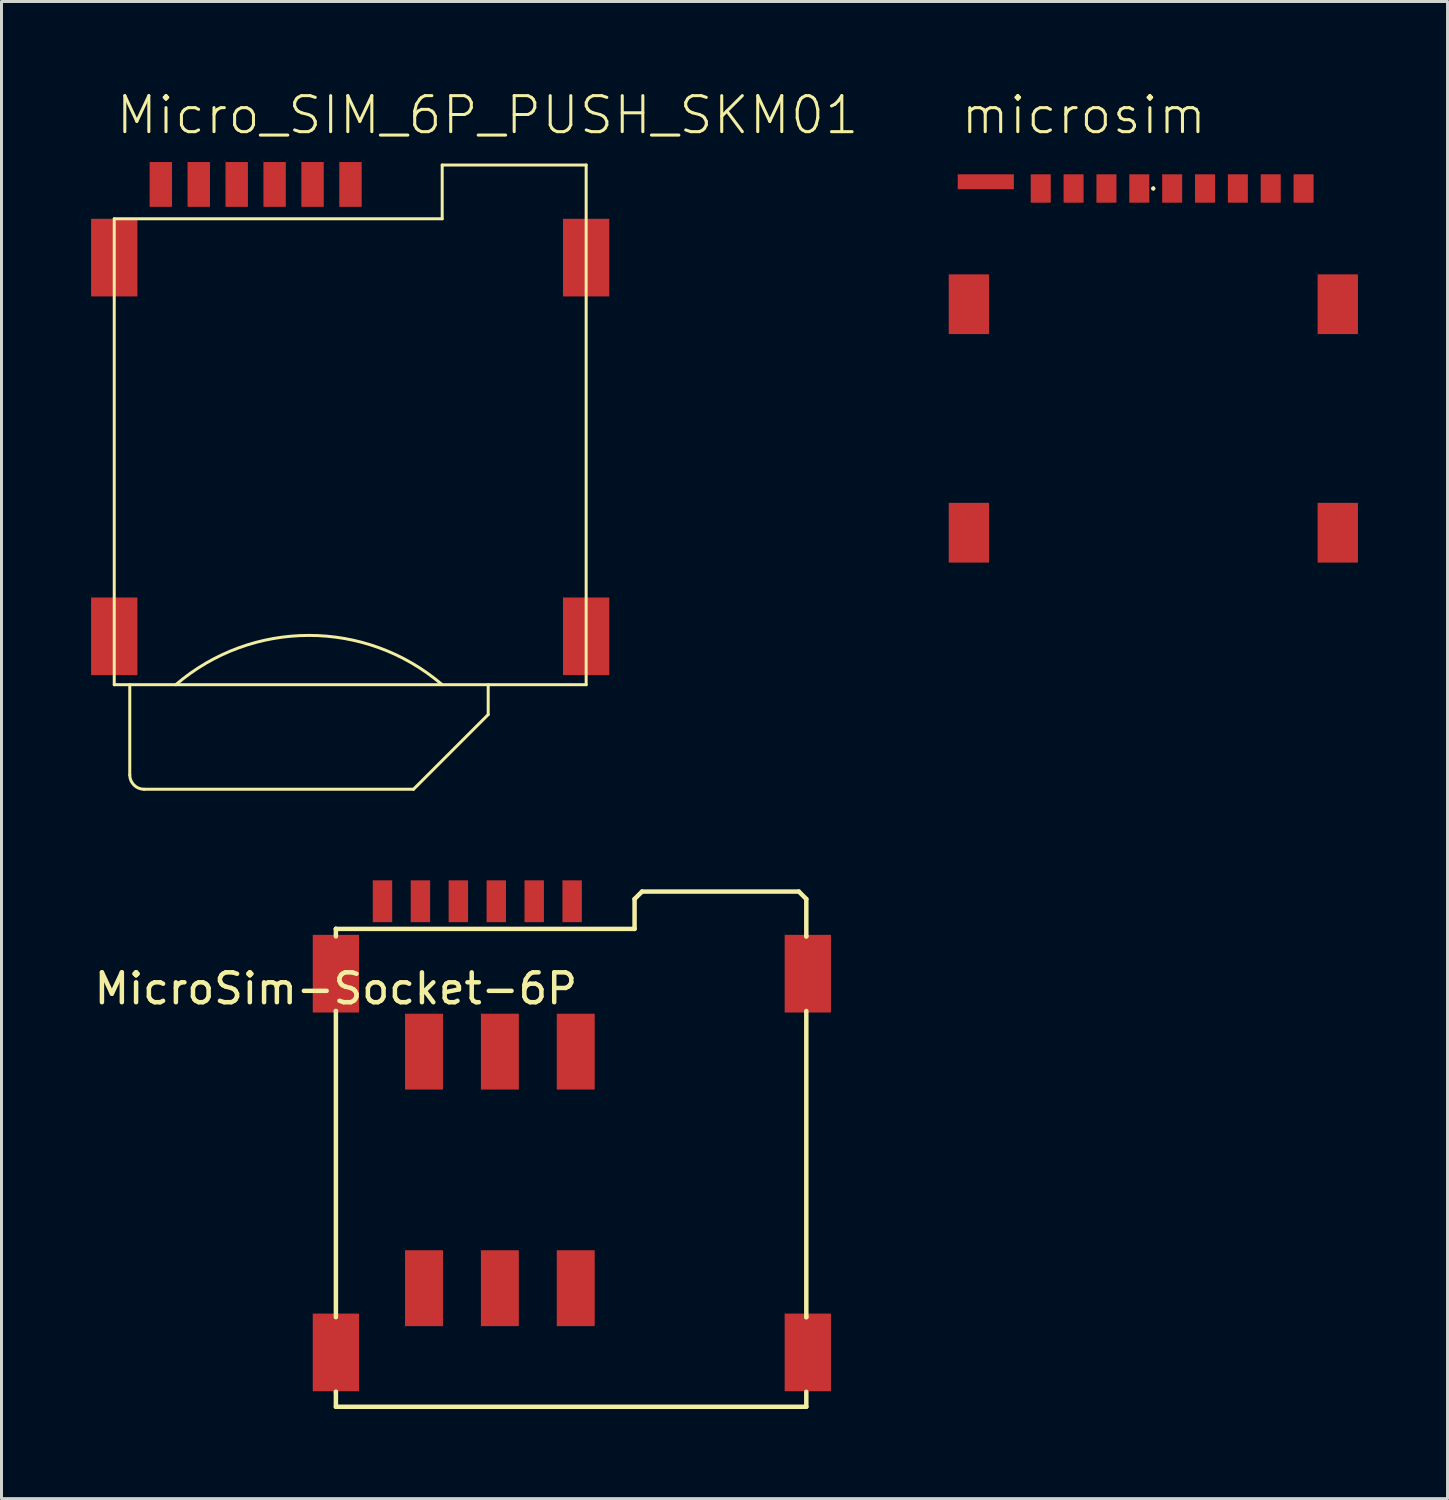
<source format=kicad_pcb>
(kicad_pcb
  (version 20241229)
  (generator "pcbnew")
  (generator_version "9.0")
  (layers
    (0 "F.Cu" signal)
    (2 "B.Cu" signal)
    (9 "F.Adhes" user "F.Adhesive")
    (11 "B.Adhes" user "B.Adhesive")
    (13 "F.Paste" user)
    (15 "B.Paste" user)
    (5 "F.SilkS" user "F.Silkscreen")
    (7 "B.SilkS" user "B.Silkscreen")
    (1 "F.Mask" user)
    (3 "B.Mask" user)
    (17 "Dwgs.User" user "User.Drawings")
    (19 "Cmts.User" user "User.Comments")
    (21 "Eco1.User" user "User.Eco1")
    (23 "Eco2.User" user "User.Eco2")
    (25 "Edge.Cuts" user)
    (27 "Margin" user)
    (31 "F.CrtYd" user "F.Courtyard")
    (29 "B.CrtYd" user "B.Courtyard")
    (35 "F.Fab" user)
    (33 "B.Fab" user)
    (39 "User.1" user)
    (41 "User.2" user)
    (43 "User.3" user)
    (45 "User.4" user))
  (footprint "MicroSim-Socket-6P"
    (layer "F.Cu")
    (at 8.196 29.55)
    (property "Reference" "MicroSim-Socket-6P" (at 0 0.5 0) (layer "F.SilkS") (effects (font (size 1 1) (thickness 0.15))))
    (attr through_hole)
    (fp_line (start 0 -1.5) (end 0 -1.5) (stroke (width 0.15) (type solid)) (layer "F.SilkS"))
    (fp_line (start 0 -1.5) (end 10 -1.5) (stroke (width 0.15) (type solid)) (layer "F.SilkS"))
    (fp_line (start 0 -1.25) (end 0 -1.5) (stroke (width 0.15) (type solid)) (layer "F.SilkS"))
    (fp_line (start 0 1.25) (end 0 1.25) (stroke (width 0.15) (type solid)) (layer "F.SilkS"))
    (fp_line (start 0 11.5) (end 0 1.25) (stroke (width 0.15) (type solid)) (layer "F.SilkS"))
    (fp_line (start 0 14) (end 0 14) (stroke (width 0.15) (type solid)) (layer "F.SilkS"))
    (fp_line (start 0 14.5) (end 0 14) (stroke (width 0.15) (type solid)) (layer "F.SilkS"))
    (fp_line (start 10 -2.5) (end 10.25 -2.75) (stroke (width 0.15) (type solid)) (layer "F.SilkS"))
    (fp_line (start 10 -1.5) (end 10 -2.5) (stroke (width 0.15) (type solid)) (layer "F.SilkS"))
    (fp_line (start 10.25 -2.75) (end 15.5 -2.75) (stroke (width 0.15) (type solid)) (layer "F.SilkS"))
    (fp_line (start 15.5 -2.75) (end 15.75 -2.5) (stroke (width 0.15) (type solid)) (layer "F.SilkS"))
    (fp_line (start 15.75 -2.5) (end 15.75 -1.25) (stroke (width 0.15) (type solid)) (layer "F.SilkS"))
    (fp_line (start 15.75 -1.25) (end 15.75 -1.25) (stroke (width 0.15) (type solid)) (layer "F.SilkS"))
    (fp_line (start 15.75 1.25) (end 15.75 11.5) (stroke (width 0.15) (type solid)) (layer "F.SilkS"))
    (fp_line (start 15.75 11.5) (end 15.75 11.5) (stroke (width 0.15) (type solid)) (layer "F.SilkS"))
    (fp_line (start 15.75 14) (end 15.75 14.5) (stroke (width 0.15) (type solid)) (layer "F.SilkS"))
    (fp_line (start 15.75 14.5) (end 0 14.5) (stroke (width 0.15) (type solid)) (layer "F.SilkS"))
    (pad "1" smd trapezoid (at 2.83 -2.425) (size 0.65 1.4) (layers "F.Cu" "F.Mask" "F.Paste"))
    (pad "2" smd trapezoid (at 5.37 -2.425) (size 0.65 1.4) (layers "F.Cu" "F.Mask" "F.Paste"))
    (pad "3" smd trapezoid (at 7.91 -2.425) (size 0.65 1.4) (layers "F.Cu" "F.Mask" "F.Paste"))
    (pad "5" smd trapezoid (at 1.56 -2.425) (size 0.65 1.4) (layers "F.Cu" "F.Mask" "F.Paste"))
    (pad "6" smd trapezoid (at 4.1 -2.425) (size 0.65 1.4) (layers "F.Cu" "F.Mask" "F.Paste"))
    (pad "7" smd trapezoid (at 6.64 -2.425) (size 0.65 1.4) (layers "F.Cu" "F.Mask" "F.Paste"))
    (pad "8" smd trapezoid (at 0 0) (size 1.55 2.6) (layers "F.Cu" "F.Mask" "F.Paste"))
    (pad "9" smd trapezoid (at 15.8 0) (size 1.55 2.6) (layers "F.Cu" "F.Mask" "F.Paste"))
    (pad "10" smd trapezoid (at 15.8 12.68) (size 1.55 2.6) (layers "F.Cu" "F.Mask" "F.Paste"))
    (pad "11" smd trapezoid (at 0 12.68) (size 1.55 2.6) (layers "F.Cu" "F.Mask" "F.Paste"))
    (pad "12" smd trapezoid (at 2.95 2.61) (size 1.27 2.54) (layers "F.Cu" "F.Mask" "F.Paste"))
    (pad "13" smd trapezoid (at 5.49 2.61) (size 1.27 2.54) (layers "F.Cu" "F.Mask" "F.Paste"))
    (pad "14" smd trapezoid (at 8.03 2.61) (size 1.27 2.54) (layers "F.Cu" "F.Mask" "F.Paste"))
    (pad "15" smd trapezoid (at 2.95 10.53) (size 1.27 2.54) (layers "F.Cu" "F.Mask" "F.Paste"))
    (pad "16" smd trapezoid (at 5.49 10.53) (size 1.27 2.54) (layers "F.Cu" "F.Mask" "F.Paste"))
    (pad "17" smd trapezoid (at 8.03 10.53) (size 1.27 2.54) (layers "F.Cu" "F.Mask" "F.Paste")))
  (footprint "Micro_SIM_6P_PUSH_SKM01"
    (layer "F.Cu")
    (at 0.775 5.575)
    (property "Reference" "Micro_SIM_6P_PUSH_SKM01" (at 0 -4.064 0) (layer "F.SilkS") (effects (font (size 1.206 1.206) (thickness 0.102)) (justify left bottom)))
    (attr through_hole)
    (fp_line (start 0 -1.3) (end 0 14.3) (stroke (width 0.1) (type solid)) (layer "F.SilkS"))
    (fp_line (start 0 -1.3) (end 10.98 -1.3) (stroke (width 0.1) (type solid)) (layer "F.SilkS"))
    (fp_line (start 0 14.3) (end 15.8 14.3) (stroke (width 0.1) (type solid)) (layer "F.SilkS"))
    (fp_line (start 0.52 14.3) (end 0.52 17.32) (stroke (width 0.1) (type solid)) (layer "F.SilkS"))
    (fp_line (start 1 17.8) (end 10.02 17.8) (stroke (width 0.1) (type solid)) (layer "F.SilkS"))
    (fp_line (start 10.98 -3.1) (end 10.98 -1.3) (stroke (width 0.1) (type solid)) (layer "F.SilkS"))
    (fp_line (start 10.98 -3.1) (end 15.8 -3.1) (stroke (width 0.1) (type solid)) (layer "F.SilkS"))
    (fp_line (start 12.52 15.3) (end 10.02 17.8) (stroke (width 0.1) (type solid)) (layer "F.SilkS"))
    (fp_line (start 12.52 15.3) (end 12.52 14.3) (stroke (width 0.1) (type solid)) (layer "F.SilkS"))
    (fp_line (start 15.8 -3.1) (end 15.8 14.3) (stroke (width 0.1) (type solid)) (layer "F.SilkS"))
    (fp_arc (start 1 17.8) (mid 0.660589 17.659411) (end 0.52 17.32) (stroke (width 0.1) (type solid)) (layer "F.SilkS"))
    (fp_arc (start 2.06 14.3) (mid 6.517676 12.649336) (end 10.976471 14.296975) (stroke (width 0.1) (type solid)) (layer "F.SilkS"))
    (pad "1" smd rect (at 2.83 -2.45 90) (size 1.5 0.75) (layers "F.Cu" "F.Mask" "F.Paste"))
    (pad "2" smd rect (at 5.37 -2.45 90) (size 1.5 0.75) (layers "F.Cu" "F.Mask" "F.Paste"))
    (pad "3" smd rect (at 7.91 -2.45 90) (size 1.5 0.75) (layers "F.Cu" "F.Mask" "F.Paste"))
    (pad "5" smd rect (at 0 0 90) (size 2.6 1.55) (layers "F.Cu" "F.Mask" "F.Paste"))
    (pad "5" smd rect (at 0 12.68 90) (size 2.6 1.55) (layers "F.Cu" "F.Mask" "F.Paste"))
    (pad "5" smd rect (at 1.56 -2.45 90) (size 1.5 0.75) (layers "F.Cu" "F.Mask" "F.Paste"))
    (pad "5" smd rect (at 15.8 0 90) (size 2.6 1.55) (layers "F.Cu" "F.Mask" "F.Paste"))
    (pad "5" smd rect (at 15.8 12.68 90) (size 2.6 1.55) (layers "F.Cu" "F.Mask" "F.Paste"))
    (pad "6" smd rect (at 4.1 -2.45 90) (size 1.5 0.75) (layers "F.Cu" "F.Mask" "F.Paste"))
    (pad "7" smd rect (at 6.64 -2.45 90) (size 1.5 0.75) (layers "F.Cu" "F.Mask" "F.Paste")))
  (footprint "microsim"
    (layer "F.Cu")
    (at 35.565 3.261)
    (property "Reference" "microsim" (at -6.5 -1.75 0) (layer "F.SilkS") (effects (font (size 1.206 1.206) (thickness 0.102)) (justify left bottom)))
    (attr through_hole)
    (fp_line (start 0 0) (end 0 0) (stroke (width 0.127) (type solid)) (layer "F.SilkS"))
    (fp_line (start 0 0) (end 0 0) (stroke (width 0.127) (type solid)) (layer "F.SilkS"))
    (fp_line (start 0 0) (end 0 0) (stroke (width 0.127) (type solid)) (layer "F.SilkS"))
    (fp_line (start 0 0) (end 0 0) (stroke (width 0.127) (type solid)) (layer "F.SilkS"))
    (pad "1" smd rect (at 5.03 0 90) (size 0.95 0.67) (layers "F.Cu" "F.Mask" "F.Paste"))
    (pad "2" smd rect (at 1.73 0 90) (size 0.95 0.67) (layers "F.Cu" "F.Mask" "F.Paste"))
    (pad "3" smd rect (at -0.47 0 90) (size 0.95 0.67) (layers "F.Cu" "F.Mask" "F.Paste"))
    (pad "4" smd rect (at -2.67 0 90) (size 0.95 0.67) (layers "F.Cu" "F.Mask" "F.Paste"))
    (pad "5" smd rect (at 3.93 0 90) (size 0.95 0.67) (layers "F.Cu" "F.Mask" "F.Paste"))
    (pad "6" smd rect (at 0.63 0 90) (size 0.95 0.67) (layers "F.Cu" "F.Mask" "F.Paste"))
    (pad "7" smd rect (at -1.57 0 90) (size 0.95 0.67) (layers "F.Cu" "F.Mask" "F.Paste"))
    (pad "8" smd rect (at -3.77 0 90) (size 0.95 0.67) (layers "F.Cu" "F.Mask" "F.Paste"))
    (pad "SW" smd rect (at 2.83 0 90) (size 0.95 0.67) (layers "F.Cu" "F.Mask" "F.Paste"))
    (pad "Z1" smd rect (at -6.175 3.875 90) (size 2 1.35) (layers "F.Cu" "F.Mask" "F.Paste"))
    (pad "Z2" smd rect (at 6.175 3.875 90) (size 2 1.35) (layers "F.Cu" "F.Mask" "F.Paste"))
    (pad "Z3" smd rect (at 6.175 11.525 90) (size 2 1.35) (layers "F.Cu" "F.Mask" "F.Paste"))
    (pad "Z4" smd rect (at -6.175 11.525 90) (size 2 1.35) (layers "F.Cu" "F.Mask" "F.Paste"))
    (pad "Z5" smd rect (at -5.61 -0.225) (size 1.88 0.5) (layers "F.Cu" "F.Mask" "F.Paste")))
  (gr_rect
    (start -3 -3)
    (end 45.415 47.125)
    (stroke (width 0.1) (type default))
    (fill no)
    (layer "Edge.Cuts")))
</source>
